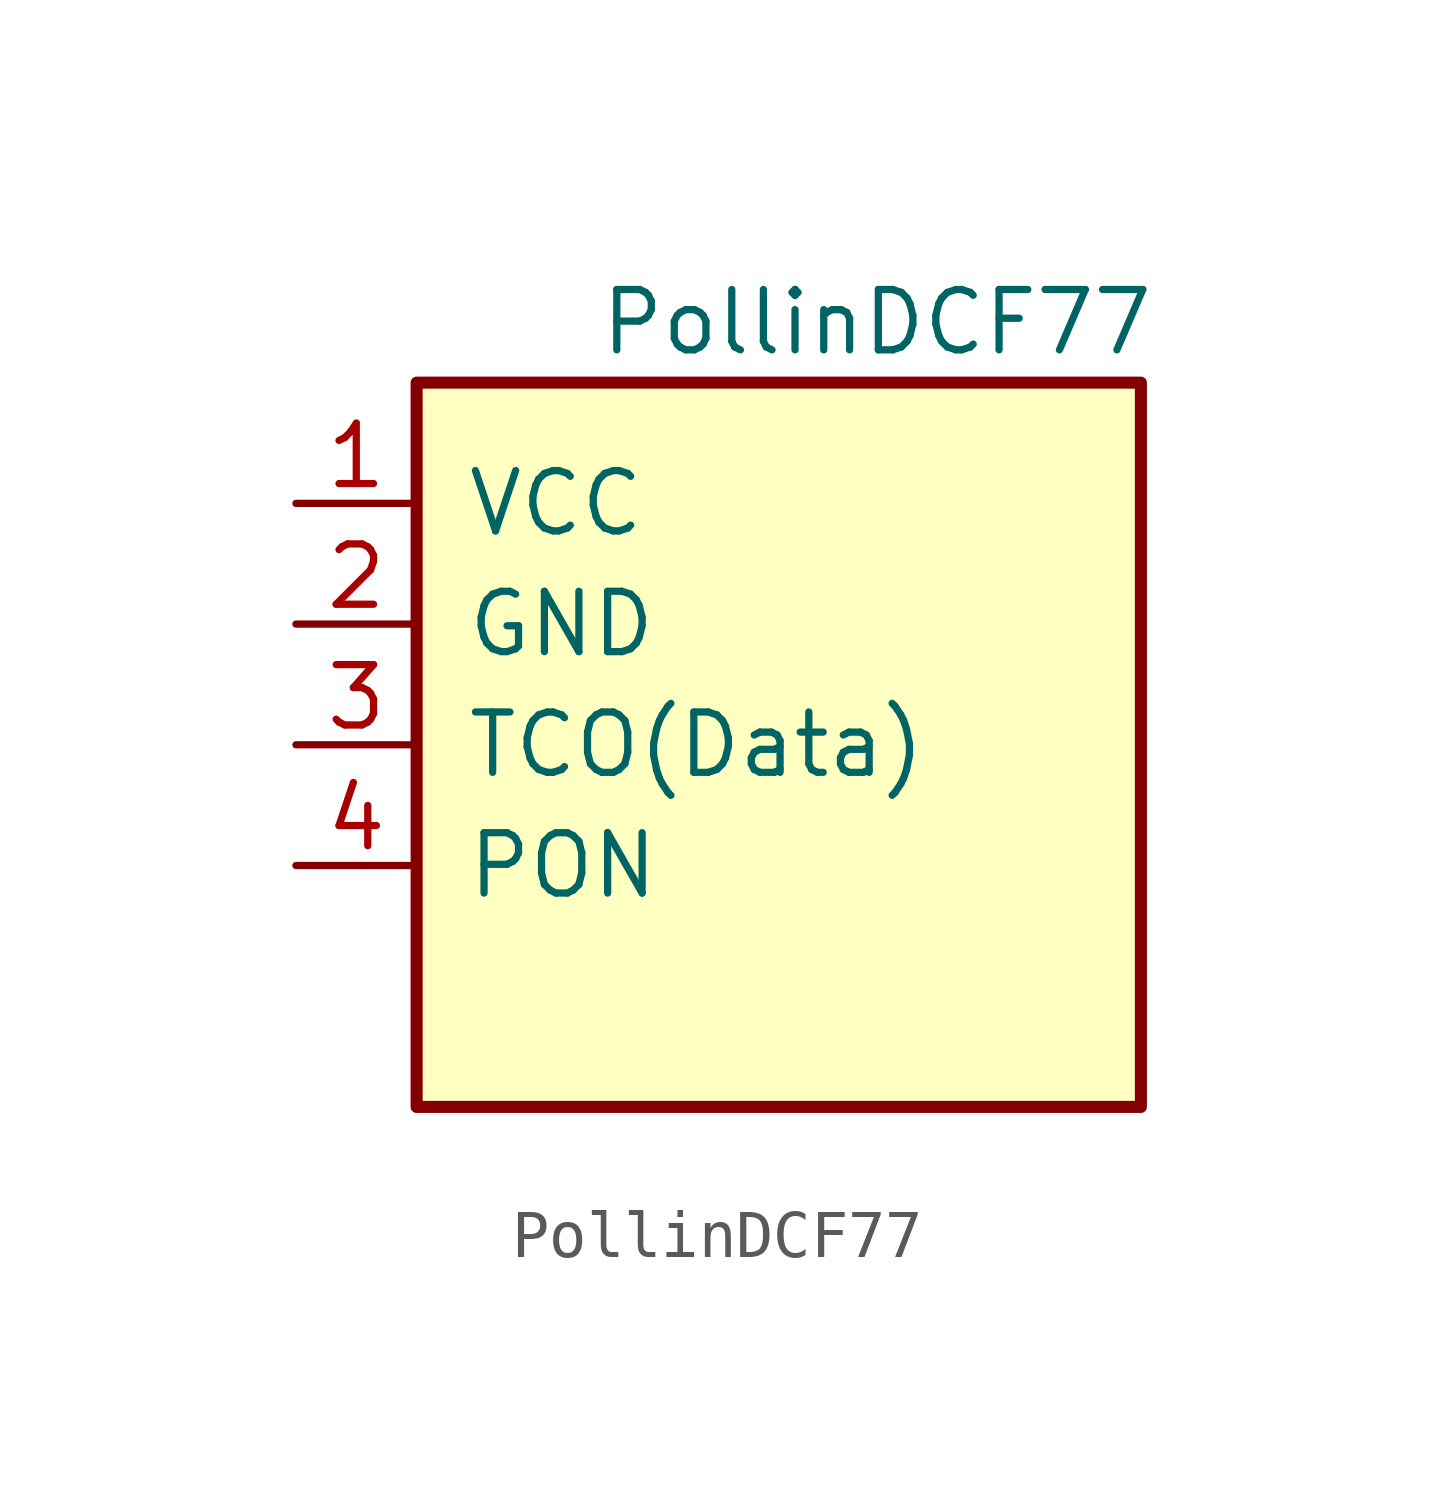
<source format=kicad_sym>
(kicad_symbol_lib
  (version 20211014)
  (generator kicad_symbol_editor)
  (symbol "PollinDCF77"
    (pin_names
      (offset 1.016))
    (property "Reference" "U"
      (at -7.62 8.89 0)
      (effects (font (size 1.27 1.27)) (justify left) hide))
    (property "Value" "PollinDCF77"
      (at -3.81 8.89 0)
      (effects (font (size 1.27 1.27)) (justify left)))
    (symbol "PollinDCF77_0_1"
      (rectangle (start -7.62 7.62) (end 7.62 -7.62) (stroke (width 0.254) (type default) (color 0 0 0 0)) (fill (type background))))
    (symbol "PollinDCF77_1_1"
      (pin input line (at -10.16 5.08 0) (length 2.54) (name "VCC" (effects (font (size 1.27 1.27)))) (number "1" (effects (font (size 1.27 1.27)))))
      (pin input line (at -10.16 2.54 0) (length 2.54) (name "GND" (effects (font (size 1.27 1.27)))) (number "2" (effects (font (size 1.27 1.27)))))
      (pin output line (at -10.16 0 0) (length 2.54) (name "TCO(Data)" (effects (font (size 1.27 1.27)))) (number "3" (effects (font (size 1.27 1.27)))))
      (pin input line (at -10.16 -2.54 0) (length 2.54) (name "PON" (effects (font (size 1.27 1.27)))) (number "4" (effects (font (size 1.27 1.27))))))))
</source>
